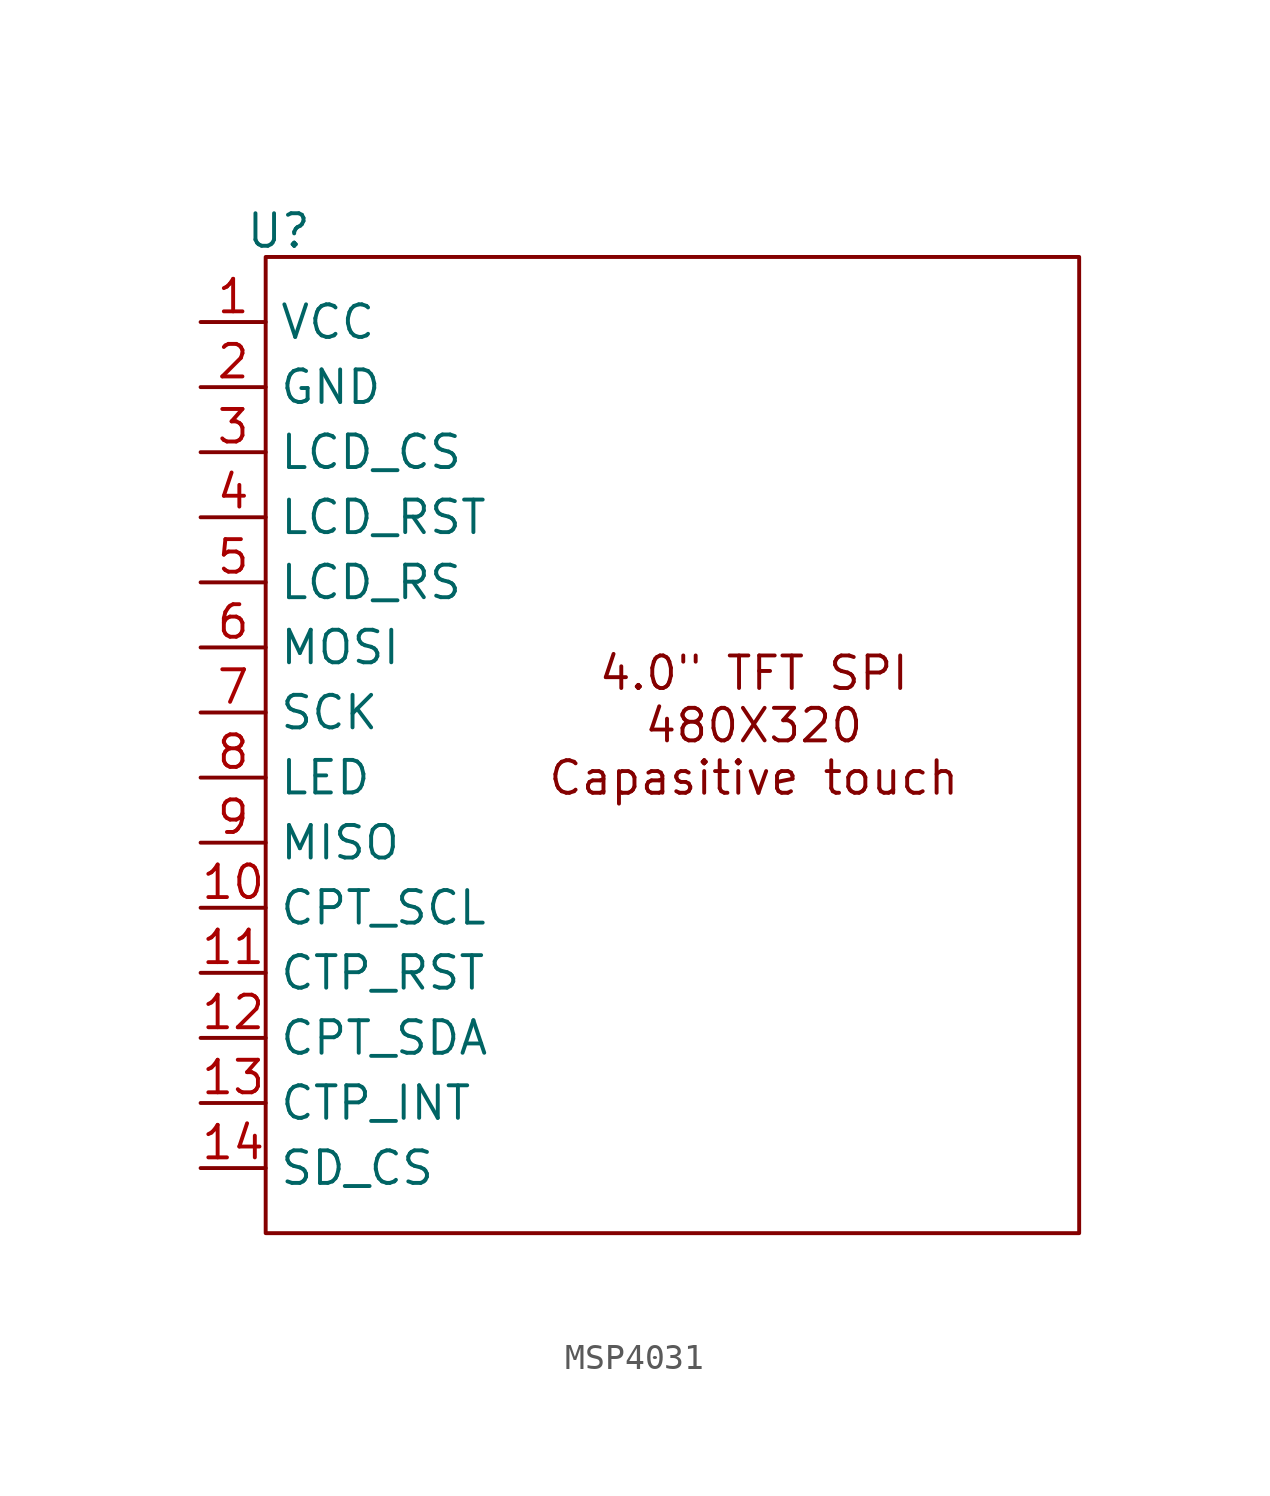
<source format=kicad_sym>
(kicad_symbol_lib
  (version 20231120)
  (generator "kicad_symbol_editor")
  (generator_version "8.0")
  (symbol "MSP4031"
    (property "Reference" "U"
      (at 3.048 3.556 0)
      (effects (font (size 1.27 1.27))))
    (property "Value" ""
      (at 0 0 0)
      (effects (font (size 1.27 1.27))))
    (symbol "MSP4031_0_1"
      (rectangle (start 2.54 2.54) (end 34.29 -35.56) (stroke (width 0) (type default)) (fill (type none))))
    (symbol "MSP4031_1_1"
      (text "4.0\" TFT SPI\n480X320\nCapasitive touch" (at 21.59 -15.748 0) (effects (font (size 1.27 1.27))))
      (pin power_in line (at 0 0 0) (length 2.54) (name "VCC" (effects (font (size 1.27 1.27)))) (number "1" (effects (font (size 1.27 1.27)))))
      (pin input line (at 0 -22.86 0) (length 2.54) (name "CPT_SCL" (effects (font (size 1.27 1.27)))) (number "10" (effects (font (size 1.27 1.27)))))
      (pin input line (at 0 -25.4 0) (length 2.54) (name "CTP_RST" (effects (font (size 1.27 1.27)))) (number "11" (effects (font (size 1.27 1.27)))))
      (pin bidirectional line (at 0 -27.94 0) (length 2.54) (name "CPT_SDA" (effects (font (size 1.27 1.27)))) (number "12" (effects (font (size 1.27 1.27)))))
      (pin output line (at 0 -30.48 0) (length 2.54) (name "CTP_INT" (effects (font (size 1.27 1.27)))) (number "13" (effects (font (size 1.27 1.27)))))
      (pin input line (at 0 -33.02 0) (length 2.54) (name "SD_CS" (effects (font (size 1.27 1.27)))) (number "14" (effects (font (size 1.27 1.27)))))
      (pin power_in line (at 0 -2.54 0) (length 2.54) (name "GND" (effects (font (size 1.27 1.27)))) (number "2" (effects (font (size 1.27 1.27)))))
      (pin input line (at 0 -5.08 0) (length 2.54) (name "LCD_CS" (effects (font (size 1.27 1.27)))) (number "3" (effects (font (size 1.27 1.27)))))
      (pin input line (at 0 -7.62 0) (length 2.54) (name "LCD_RST" (effects (font (size 1.27 1.27)))) (number "4" (effects (font (size 1.27 1.27)))))
      (pin input line (at 0 -10.16 0) (length 2.54) (name "LCD_RS" (effects (font (size 1.27 1.27)))) (number "5" (effects (font (size 1.27 1.27)))))
      (pin input line (at 0 -12.7 0) (length 2.54) (name "MOSI" (effects (font (size 1.27 1.27)))) (number "6" (effects (font (size 1.27 1.27)))))
      (pin input line (at 0 -15.24 0) (length 2.54) (name "SCK" (effects (font (size 1.27 1.27)))) (number "7" (effects (font (size 1.27 1.27)))))
      (pin input line (at 0 -17.78 0) (length 2.54) (name "LED" (effects (font (size 1.27 1.27)))) (number "8" (effects (font (size 1.27 1.27)))))
      (pin output line (at 0 -20.32 0) (length 2.54) (name "MISO" (effects (font (size 1.27 1.27)))) (number "9" (effects (font (size 1.27 1.27))))))))
</source>
